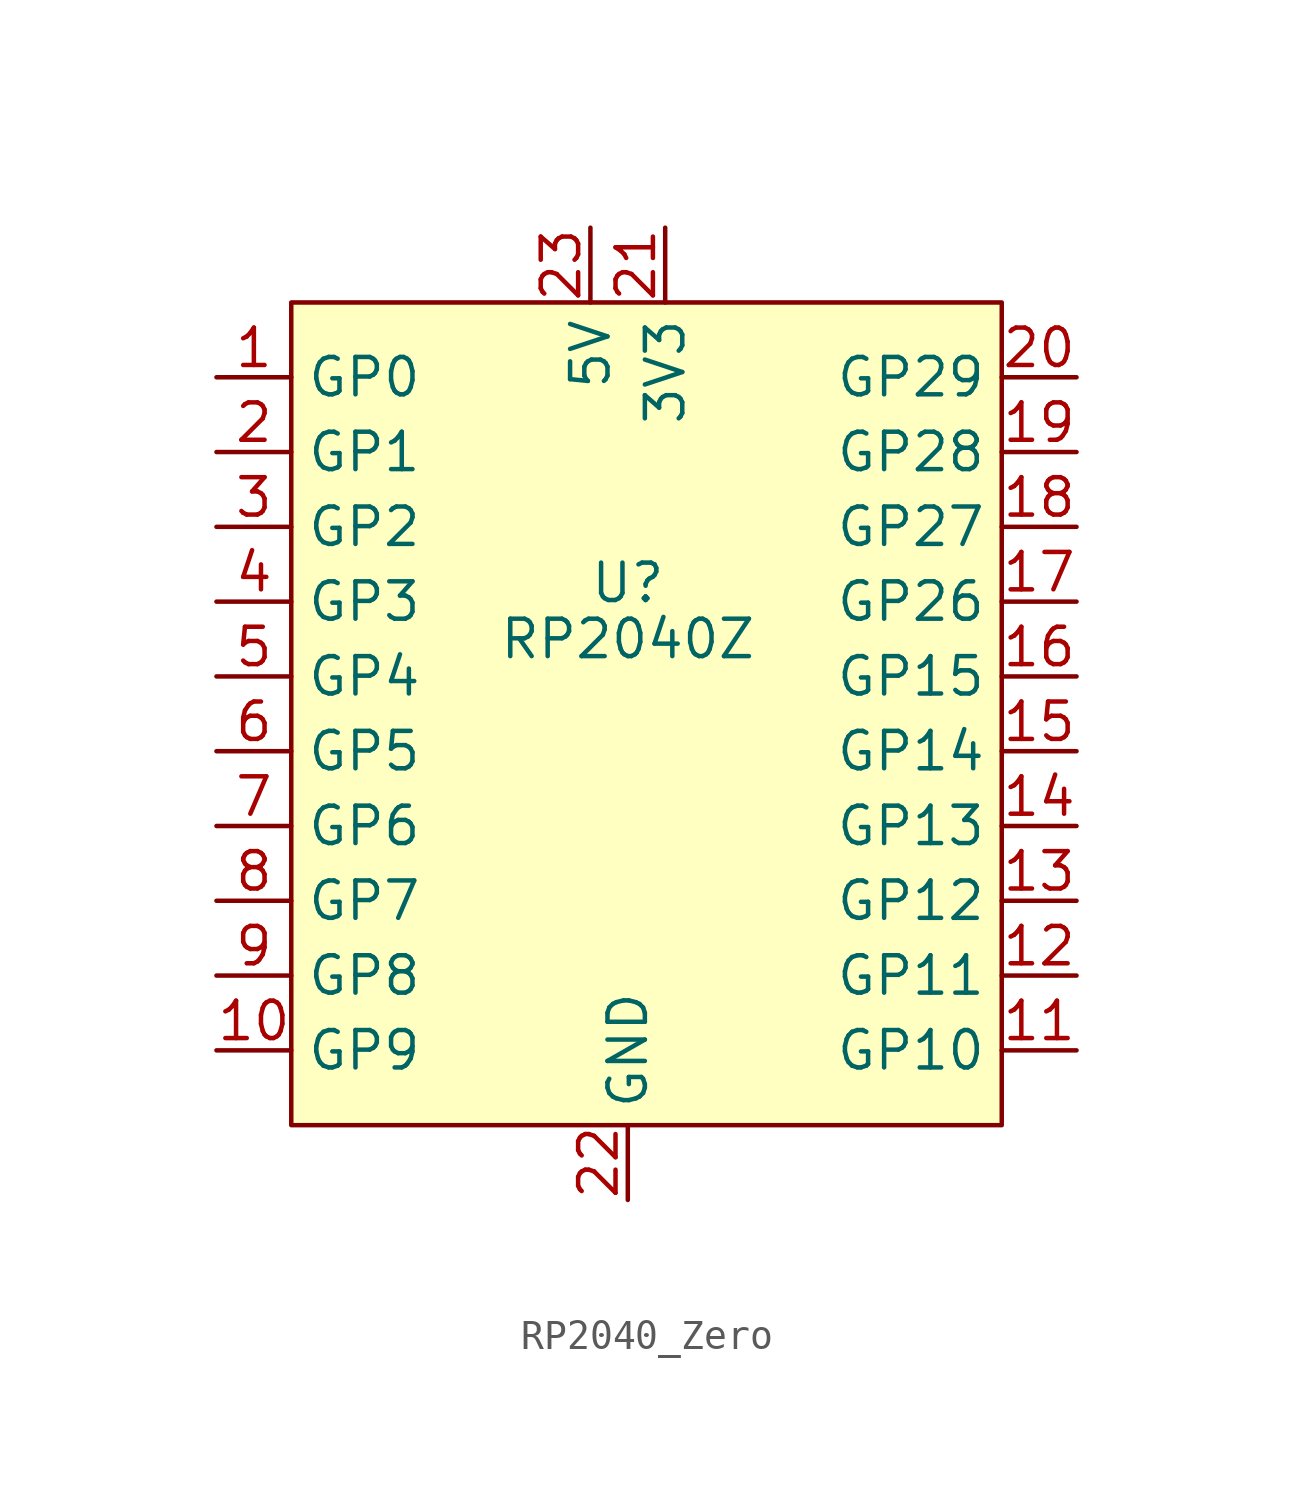
<source format=kicad_sym>
(kicad_symbol_lib
  (version 20220914)
  (generator kicad_symbol_editor)
  (symbol "RP2040_Zero"
    (property "Reference" "U"
      (at 0 3.175 0)
      (effects (font (size 1.27 1.27))))
    (property "Value" "RP2040Z"
      (at 0 1.27 0)
      (effects (font (size 1.27 1.27))))
    (symbol "RP2040_Zero_1_1"
      (rectangle (start -11.43 12.7) (end 12.7 -15.24) (stroke (width 0) (type default)) (fill (type background)))
      (pin bidirectional line (at -13.97 10.16 0) (length 2.54) (name "GP0" (effects (font (size 1.27 1.27)))) (number "1" (effects (font (size 1.27 1.27)))))
      (pin bidirectional line (at -13.97 -12.7 0) (length 2.54) (name "GP9" (effects (font (size 1.27 1.27)))) (number "10" (effects (font (size 1.27 1.27)))))
      (pin bidirectional line (at 15.24 -12.7 180) (length 2.54) (name "GP10" (effects (font (size 1.27 1.27)))) (number "11" (effects (font (size 1.27 1.27)))))
      (pin bidirectional line (at 15.24 -10.16 180) (length 2.54) (name "GP11" (effects (font (size 1.27 1.27)))) (number "12" (effects (font (size 1.27 1.27)))))
      (pin bidirectional line (at 15.24 -7.62 180) (length 2.54) (name "GP12" (effects (font (size 1.27 1.27)))) (number "13" (effects (font (size 1.27 1.27)))))
      (pin bidirectional line (at 15.24 -5.08 180) (length 2.54) (name "GP13" (effects (font (size 1.27 1.27)))) (number "14" (effects (font (size 1.27 1.27)))))
      (pin bidirectional line (at 15.24 -2.54 180) (length 2.54) (name "GP14" (effects (font (size 1.27 1.27)))) (number "15" (effects (font (size 1.27 1.27)))))
      (pin bidirectional line (at 15.24 0 180) (length 2.54) (name "GP15" (effects (font (size 1.27 1.27)))) (number "16" (effects (font (size 1.27 1.27)))))
      (pin bidirectional line (at 15.24 2.54 180) (length 2.54) (name "GP26" (effects (font (size 1.27 1.27)))) (number "17" (effects (font (size 1.27 1.27)))))
      (pin bidirectional line (at 15.24 5.08 180) (length 2.54) (name "GP27" (effects (font (size 1.27 1.27)))) (number "18" (effects (font (size 1.27 1.27)))))
      (pin bidirectional line (at 15.24 7.62 180) (length 2.54) (name "GP28" (effects (font (size 1.27 1.27)))) (number "19" (effects (font (size 1.27 1.27)))))
      (pin bidirectional line (at -13.97 7.62 0) (length 2.54) (name "GP1" (effects (font (size 1.27 1.27)))) (number "2" (effects (font (size 1.27 1.27)))))
      (pin bidirectional line (at 15.24 10.16 180) (length 2.54) (name "GP29" (effects (font (size 1.27 1.27)))) (number "20" (effects (font (size 1.27 1.27)))))
      (pin power_in line (at 1.27 15.24 270) (length 2.54) (name "3V3" (effects (font (size 1.27 1.27)))) (number "21" (effects (font (size 1.27 1.27)))))
      (pin power_in line (at 0 -17.78 90) (length 2.54) (name "GND" (effects (font (size 1.27 1.27)))) (number "22" (effects (font (size 1.27 1.27)))))
      (pin power_in line (at -1.27 15.24 270) (length 2.54) (name "5V" (effects (font (size 1.27 1.27)))) (number "23" (effects (font (size 1.27 1.27)))))
      (pin bidirectional line (at -13.97 5.08 0) (length 2.54) (name "GP2" (effects (font (size 1.27 1.27)))) (number "3" (effects (font (size 1.27 1.27)))))
      (pin bidirectional line (at -13.97 2.54 0) (length 2.54) (name "GP3" (effects (font (size 1.27 1.27)))) (number "4" (effects (font (size 1.27 1.27)))))
      (pin bidirectional line (at -13.97 0 0) (length 2.54) (name "GP4" (effects (font (size 1.27 1.27)))) (number "5" (effects (font (size 1.27 1.27)))))
      (pin bidirectional line (at -13.97 -2.54 0) (length 2.54) (name "GP5" (effects (font (size 1.27 1.27)))) (number "6" (effects (font (size 1.27 1.27)))))
      (pin bidirectional line (at -13.97 -5.08 0) (length 2.54) (name "GP6" (effects (font (size 1.27 1.27)))) (number "7" (effects (font (size 1.27 1.27)))))
      (pin bidirectional line (at -13.97 -7.62 0) (length 2.54) (name "GP7" (effects (font (size 1.27 1.27)))) (number "8" (effects (font (size 1.27 1.27)))))
      (pin bidirectional line (at -13.97 -10.16 0) (length 2.54) (name "GP8" (effects (font (size 1.27 1.27)))) (number "9" (effects (font (size 1.27 1.27))))))))
</source>
